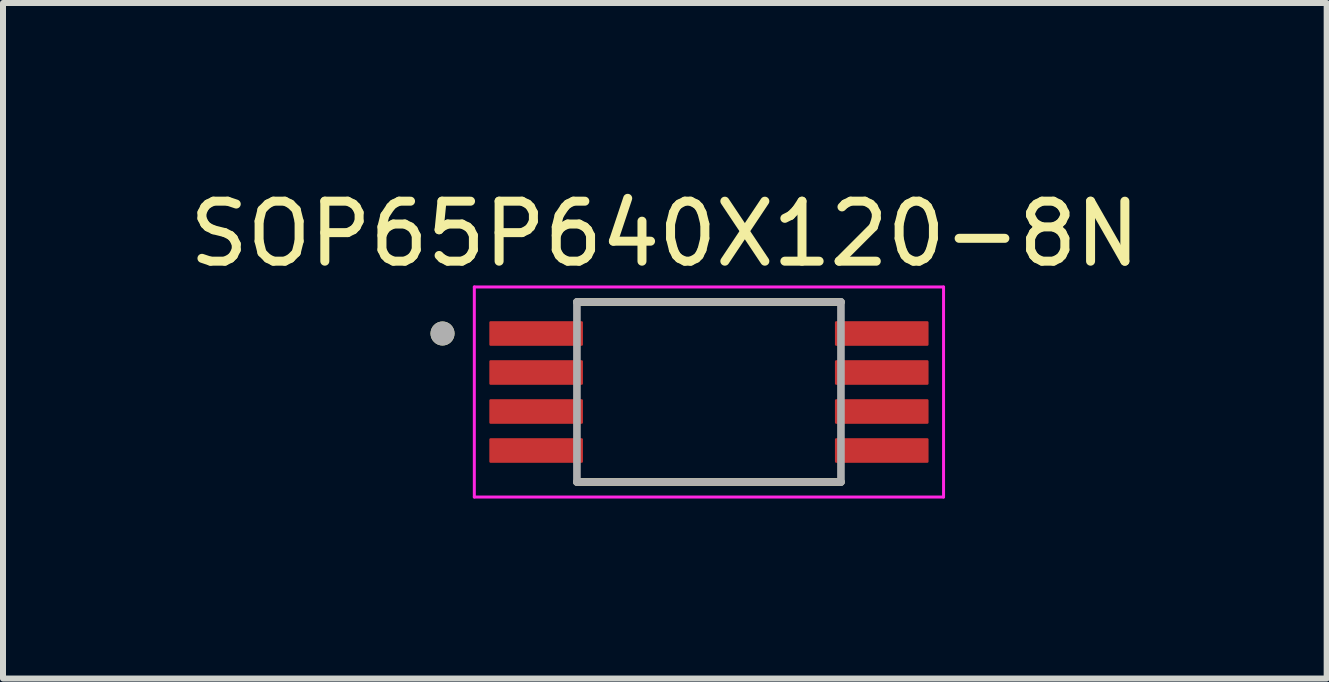
<source format=kicad_pcb>
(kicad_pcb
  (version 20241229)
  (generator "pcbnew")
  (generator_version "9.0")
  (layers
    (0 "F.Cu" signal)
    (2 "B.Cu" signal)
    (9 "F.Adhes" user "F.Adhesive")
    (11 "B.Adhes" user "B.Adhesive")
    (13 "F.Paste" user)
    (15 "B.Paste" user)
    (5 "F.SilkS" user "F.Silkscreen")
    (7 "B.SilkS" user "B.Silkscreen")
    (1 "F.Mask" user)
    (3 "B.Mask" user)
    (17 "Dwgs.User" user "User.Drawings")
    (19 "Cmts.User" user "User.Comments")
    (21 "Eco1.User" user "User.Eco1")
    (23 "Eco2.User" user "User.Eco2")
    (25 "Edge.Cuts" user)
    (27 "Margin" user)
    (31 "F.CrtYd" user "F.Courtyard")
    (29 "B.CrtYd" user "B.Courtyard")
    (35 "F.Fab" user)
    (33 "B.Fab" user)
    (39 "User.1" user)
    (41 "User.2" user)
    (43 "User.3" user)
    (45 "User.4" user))
  (footprint "SOP65P640X120-8N"
    (layer "F.Cu")
    (at 8.765 3.483)
    (property "Reference" "SOP65P640X120-8N" (at -0.735 -2.635 0) (layer "F.SilkS") (effects (font (size 1 1) (thickness 0.15))))
    (attr through_hole)
    (fp_line (start -2.2 -1.5) (end 2.2 -1.5) (stroke (width 0.127) (type solid)) (layer "F.SilkS"))
    (fp_line (start -2.2 1.5) (end 2.2 1.5) (stroke (width 0.127) (type solid)) (layer "F.SilkS"))
    (fp_circle (center -4.44 -0.975) (end -4.34 -0.975) (stroke (width 0.2) (type solid)) (fill no) (layer "F.SilkS"))
    (fp_line (start -3.91 -1.75) (end -3.91 1.75) (stroke (width 0.05) (type solid)) (layer "F.CrtYd"))
    (fp_line (start -3.91 -1.75) (end 3.91 -1.75) (stroke (width 0.05) (type solid)) (layer "F.CrtYd"))
    (fp_line (start -3.91 1.75) (end 3.91 1.75) (stroke (width 0.05) (type solid)) (layer "F.CrtYd"))
    (fp_line (start 3.91 -1.75) (end 3.91 1.75) (stroke (width 0.05) (type solid)) (layer "F.CrtYd"))
    (fp_line (start -2.2 -1.5) (end -2.2 1.5) (stroke (width 0.127) (type solid)) (layer "F.Fab"))
    (fp_line (start -2.2 -1.5) (end 2.2 -1.5) (stroke (width 0.127) (type solid)) (layer "F.Fab"))
    (fp_line (start -2.2 1.5) (end 2.2 1.5) (stroke (width 0.127) (type solid)) (layer "F.Fab"))
    (fp_line (start 2.2 -1.5) (end 2.2 1.5) (stroke (width 0.127) (type solid)) (layer "F.Fab"))
    (fp_circle (center -4.44 -0.975) (end -4.34 -0.975) (stroke (width 0.2) (type solid)) (fill no) (layer "F.Fab"))
    (pad "1" smd roundrect (at -2.88 -0.975) (size 1.56 0.41) (layers "F.Cu" "F.Mask" "F.Paste") (roundrect_rratio 0.05))
    (pad "2" smd roundrect (at -2.88 -0.325) (size 1.56 0.41) (layers "F.Cu" "F.Mask" "F.Paste") (roundrect_rratio 0.05))
    (pad "3" smd roundrect (at -2.88 0.325) (size 1.56 0.41) (layers "F.Cu" "F.Mask" "F.Paste") (roundrect_rratio 0.05))
    (pad "4" smd roundrect (at -2.88 0.975) (size 1.56 0.41) (layers "F.Cu" "F.Mask" "F.Paste") (roundrect_rratio 0.05))
    (pad "5" smd roundrect (at 2.88 0.975) (size 1.56 0.41) (layers "F.Cu" "F.Mask" "F.Paste") (roundrect_rratio 0.05))
    (pad "6" smd roundrect (at 2.88 0.325) (size 1.56 0.41) (layers "F.Cu" "F.Mask" "F.Paste") (roundrect_rratio 0.05))
    (pad "7" smd roundrect (at 2.88 -0.325) (size 1.56 0.41) (layers "F.Cu" "F.Mask" "F.Paste") (roundrect_rratio 0.05))
    (pad "8" smd roundrect (at 2.88 -0.975) (size 1.56 0.41) (layers "F.Cu" "F.Mask" "F.Paste") (roundrect_rratio 0.05)))
  (gr_rect
    (start -3 -3)
    (end 19.06 8.258)
    (stroke (width 0.1) (type default))
    (fill no)
    (layer "Edge.Cuts")))
</source>
